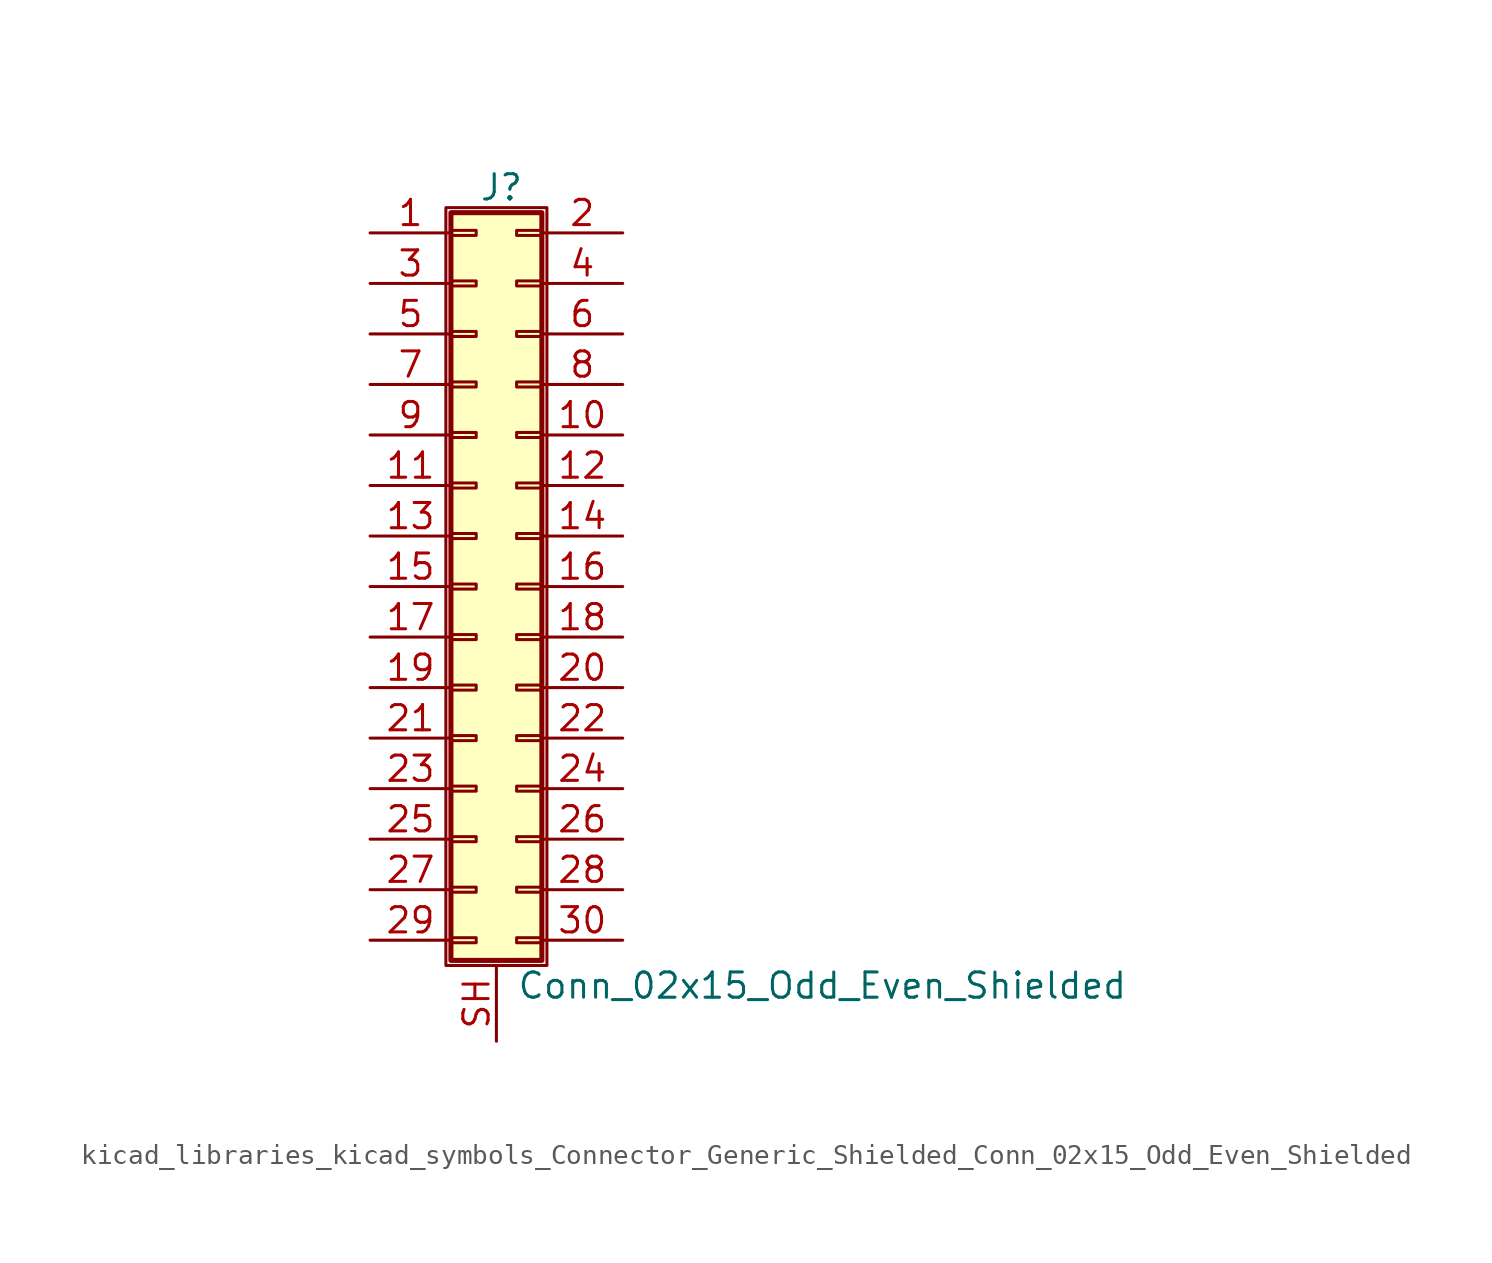
<source format=kicad_sym>
(kicad_symbol_lib
  (version 20220914)
  (generator kicad_symbol_editor)
  (symbol "kicad_libraries_kicad_symbols_Connector_Generic_Shielded_Conn_02x15_Odd_Even_Shielded"
    (pin_names
      (offset 1.016) hide)
    (property "Reference" "J"
      (at 1.524 20.066 0)
      (effects (font (size 1.27 1.27))))
    (property "Value" "Conn_02x15_Odd_Even_Shielded"
      (at 2.286 -20.066 0)
      (effects (font (size 1.27 1.27)) (justify left)))
    (symbol "kicad_libraries_kicad_symbols_Connector_Generic_Shielded_Conn_02x15_Odd_Even_Shielded_1_1"
      (rectangle (start -1.27 19.05) (end 3.81 -19.05) (stroke (width 0.152) (type default)) (fill (type none)))
      (rectangle (start -1.016 -17.653) (end 0.254 -17.907) (stroke (width 0.152) (type default)) (fill (type none)))
      (rectangle (start -1.016 -15.113) (end 0.254 -15.367) (stroke (width 0.152) (type default)) (fill (type none)))
      (rectangle (start -1.016 -12.573) (end 0.254 -12.827) (stroke (width 0.152) (type default)) (fill (type none)))
      (rectangle (start -1.016 -10.033) (end 0.254 -10.287) (stroke (width 0.152) (type default)) (fill (type none)))
      (rectangle (start -1.016 -7.493) (end 0.254 -7.747) (stroke (width 0.152) (type default)) (fill (type none)))
      (rectangle (start -1.016 -4.953) (end 0.254 -5.207) (stroke (width 0.152) (type default)) (fill (type none)))
      (rectangle (start -1.016 -2.413) (end 0.254 -2.667) (stroke (width 0.152) (type default)) (fill (type none)))
      (rectangle (start -1.016 0.127) (end 0.254 -0.127) (stroke (width 0.152) (type default)) (fill (type none)))
      (rectangle (start -1.016 2.667) (end 0.254 2.413) (stroke (width 0.152) (type default)) (fill (type none)))
      (rectangle (start -1.016 5.207) (end 0.254 4.953) (stroke (width 0.152) (type default)) (fill (type none)))
      (rectangle (start -1.016 7.747) (end 0.254 7.493) (stroke (width 0.152) (type default)) (fill (type none)))
      (rectangle (start -1.016 10.287) (end 0.254 10.033) (stroke (width 0.152) (type default)) (fill (type none)))
      (rectangle (start -1.016 12.827) (end 0.254 12.573) (stroke (width 0.152) (type default)) (fill (type none)))
      (rectangle (start -1.016 15.367) (end 0.254 15.113) (stroke (width 0.152) (type default)) (fill (type none)))
      (rectangle (start -1.016 17.907) (end 0.254 17.653) (stroke (width 0.152) (type default)) (fill (type none)))
      (rectangle (start -1.016 18.796) (end 3.556 -18.796) (stroke (width 0.254) (type default)) (fill (type background)))
      (rectangle (start 3.556 -17.653) (end 2.286 -17.907) (stroke (width 0.152) (type default)) (fill (type none)))
      (rectangle (start 3.556 -15.113) (end 2.286 -15.367) (stroke (width 0.152) (type default)) (fill (type none)))
      (rectangle (start 3.556 -12.573) (end 2.286 -12.827) (stroke (width 0.152) (type default)) (fill (type none)))
      (rectangle (start 3.556 -10.033) (end 2.286 -10.287) (stroke (width 0.152) (type default)) (fill (type none)))
      (rectangle (start 3.556 -7.493) (end 2.286 -7.747) (stroke (width 0.152) (type default)) (fill (type none)))
      (rectangle (start 3.556 -4.953) (end 2.286 -5.207) (stroke (width 0.152) (type default)) (fill (type none)))
      (rectangle (start 3.556 -2.413) (end 2.286 -2.667) (stroke (width 0.152) (type default)) (fill (type none)))
      (rectangle (start 3.556 0.127) (end 2.286 -0.127) (stroke (width 0.152) (type default)) (fill (type none)))
      (rectangle (start 3.556 2.667) (end 2.286 2.413) (stroke (width 0.152) (type default)) (fill (type none)))
      (rectangle (start 3.556 5.207) (end 2.286 4.953) (stroke (width 0.152) (type default)) (fill (type none)))
      (rectangle (start 3.556 7.747) (end 2.286 7.493) (stroke (width 0.152) (type default)) (fill (type none)))
      (rectangle (start 3.556 10.287) (end 2.286 10.033) (stroke (width 0.152) (type default)) (fill (type none)))
      (rectangle (start 3.556 12.827) (end 2.286 12.573) (stroke (width 0.152) (type default)) (fill (type none)))
      (rectangle (start 3.556 15.367) (end 2.286 15.113) (stroke (width 0.152) (type default)) (fill (type none)))
      (rectangle (start 3.556 17.907) (end 2.286 17.653) (stroke (width 0.152) (type default)) (fill (type none)))
      (pin passive line (at -5.08 17.78 0) (length 4.064) (name "Pin_1" (effects (font (size 1.27 1.27)))) (number "1" (effects (font (size 1.27 1.27)))))
      (pin passive line (at 7.62 7.62 180) (length 4.064) (name "Pin_10" (effects (font (size 1.27 1.27)))) (number "10" (effects (font (size 1.27 1.27)))))
      (pin passive line (at -5.08 5.08 0) (length 4.064) (name "Pin_11" (effects (font (size 1.27 1.27)))) (number "11" (effects (font (size 1.27 1.27)))))
      (pin passive line (at 7.62 5.08 180) (length 4.064) (name "Pin_12" (effects (font (size 1.27 1.27)))) (number "12" (effects (font (size 1.27 1.27)))))
      (pin passive line (at -5.08 2.54 0) (length 4.064) (name "Pin_13" (effects (font (size 1.27 1.27)))) (number "13" (effects (font (size 1.27 1.27)))))
      (pin passive line (at 7.62 2.54 180) (length 4.064) (name "Pin_14" (effects (font (size 1.27 1.27)))) (number "14" (effects (font (size 1.27 1.27)))))
      (pin passive line (at -5.08 0 0) (length 4.064) (name "Pin_15" (effects (font (size 1.27 1.27)))) (number "15" (effects (font (size 1.27 1.27)))))
      (pin passive line (at 7.62 0 180) (length 4.064) (name "Pin_16" (effects (font (size 1.27 1.27)))) (number "16" (effects (font (size 1.27 1.27)))))
      (pin passive line (at -5.08 -2.54 0) (length 4.064) (name "Pin_17" (effects (font (size 1.27 1.27)))) (number "17" (effects (font (size 1.27 1.27)))))
      (pin passive line (at 7.62 -2.54 180) (length 4.064) (name "Pin_18" (effects (font (size 1.27 1.27)))) (number "18" (effects (font (size 1.27 1.27)))))
      (pin passive line (at -5.08 -5.08 0) (length 4.064) (name "Pin_19" (effects (font (size 1.27 1.27)))) (number "19" (effects (font (size 1.27 1.27)))))
      (pin passive line (at 7.62 17.78 180) (length 4.064) (name "Pin_2" (effects (font (size 1.27 1.27)))) (number "2" (effects (font (size 1.27 1.27)))))
      (pin passive line (at 7.62 -5.08 180) (length 4.064) (name "Pin_20" (effects (font (size 1.27 1.27)))) (number "20" (effects (font (size 1.27 1.27)))))
      (pin passive line (at -5.08 -7.62 0) (length 4.064) (name "Pin_21" (effects (font (size 1.27 1.27)))) (number "21" (effects (font (size 1.27 1.27)))))
      (pin passive line (at 7.62 -7.62 180) (length 4.064) (name "Pin_22" (effects (font (size 1.27 1.27)))) (number "22" (effects (font (size 1.27 1.27)))))
      (pin passive line (at -5.08 -10.16 0) (length 4.064) (name "Pin_23" (effects (font (size 1.27 1.27)))) (number "23" (effects (font (size 1.27 1.27)))))
      (pin passive line (at 7.62 -10.16 180) (length 4.064) (name "Pin_24" (effects (font (size 1.27 1.27)))) (number "24" (effects (font (size 1.27 1.27)))))
      (pin passive line (at -5.08 -12.7 0) (length 4.064) (name "Pin_25" (effects (font (size 1.27 1.27)))) (number "25" (effects (font (size 1.27 1.27)))))
      (pin passive line (at 7.62 -12.7 180) (length 4.064) (name "Pin_26" (effects (font (size 1.27 1.27)))) (number "26" (effects (font (size 1.27 1.27)))))
      (pin passive line (at -5.08 -15.24 0) (length 4.064) (name "Pin_27" (effects (font (size 1.27 1.27)))) (number "27" (effects (font (size 1.27 1.27)))))
      (pin passive line (at 7.62 -15.24 180) (length 4.064) (name "Pin_28" (effects (font (size 1.27 1.27)))) (number "28" (effects (font (size 1.27 1.27)))))
      (pin passive line (at -5.08 -17.78 0) (length 4.064) (name "Pin_29" (effects (font (size 1.27 1.27)))) (number "29" (effects (font (size 1.27 1.27)))))
      (pin passive line (at -5.08 15.24 0) (length 4.064) (name "Pin_3" (effects (font (size 1.27 1.27)))) (number "3" (effects (font (size 1.27 1.27)))))
      (pin passive line (at 7.62 -17.78 180) (length 4.064) (name "Pin_30" (effects (font (size 1.27 1.27)))) (number "30" (effects (font (size 1.27 1.27)))))
      (pin passive line (at 7.62 15.24 180) (length 4.064) (name "Pin_4" (effects (font (size 1.27 1.27)))) (number "4" (effects (font (size 1.27 1.27)))))
      (pin passive line (at -5.08 12.7 0) (length 4.064) (name "Pin_5" (effects (font (size 1.27 1.27)))) (number "5" (effects (font (size 1.27 1.27)))))
      (pin passive line (at 7.62 12.7 180) (length 4.064) (name "Pin_6" (effects (font (size 1.27 1.27)))) (number "6" (effects (font (size 1.27 1.27)))))
      (pin passive line (at -5.08 10.16 0) (length 4.064) (name "Pin_7" (effects (font (size 1.27 1.27)))) (number "7" (effects (font (size 1.27 1.27)))))
      (pin passive line (at 7.62 10.16 180) (length 4.064) (name "Pin_8" (effects (font (size 1.27 1.27)))) (number "8" (effects (font (size 1.27 1.27)))))
      (pin passive line (at -5.08 7.62 0) (length 4.064) (name "Pin_9" (effects (font (size 1.27 1.27)))) (number "9" (effects (font (size 1.27 1.27)))))
      (pin passive line (at 1.27 -22.86 90) (length 3.81) (name "Shield" (effects (font (size 1.27 1.27)))) (number "SH" (effects (font (size 1.27 1.27))))))))
</source>
